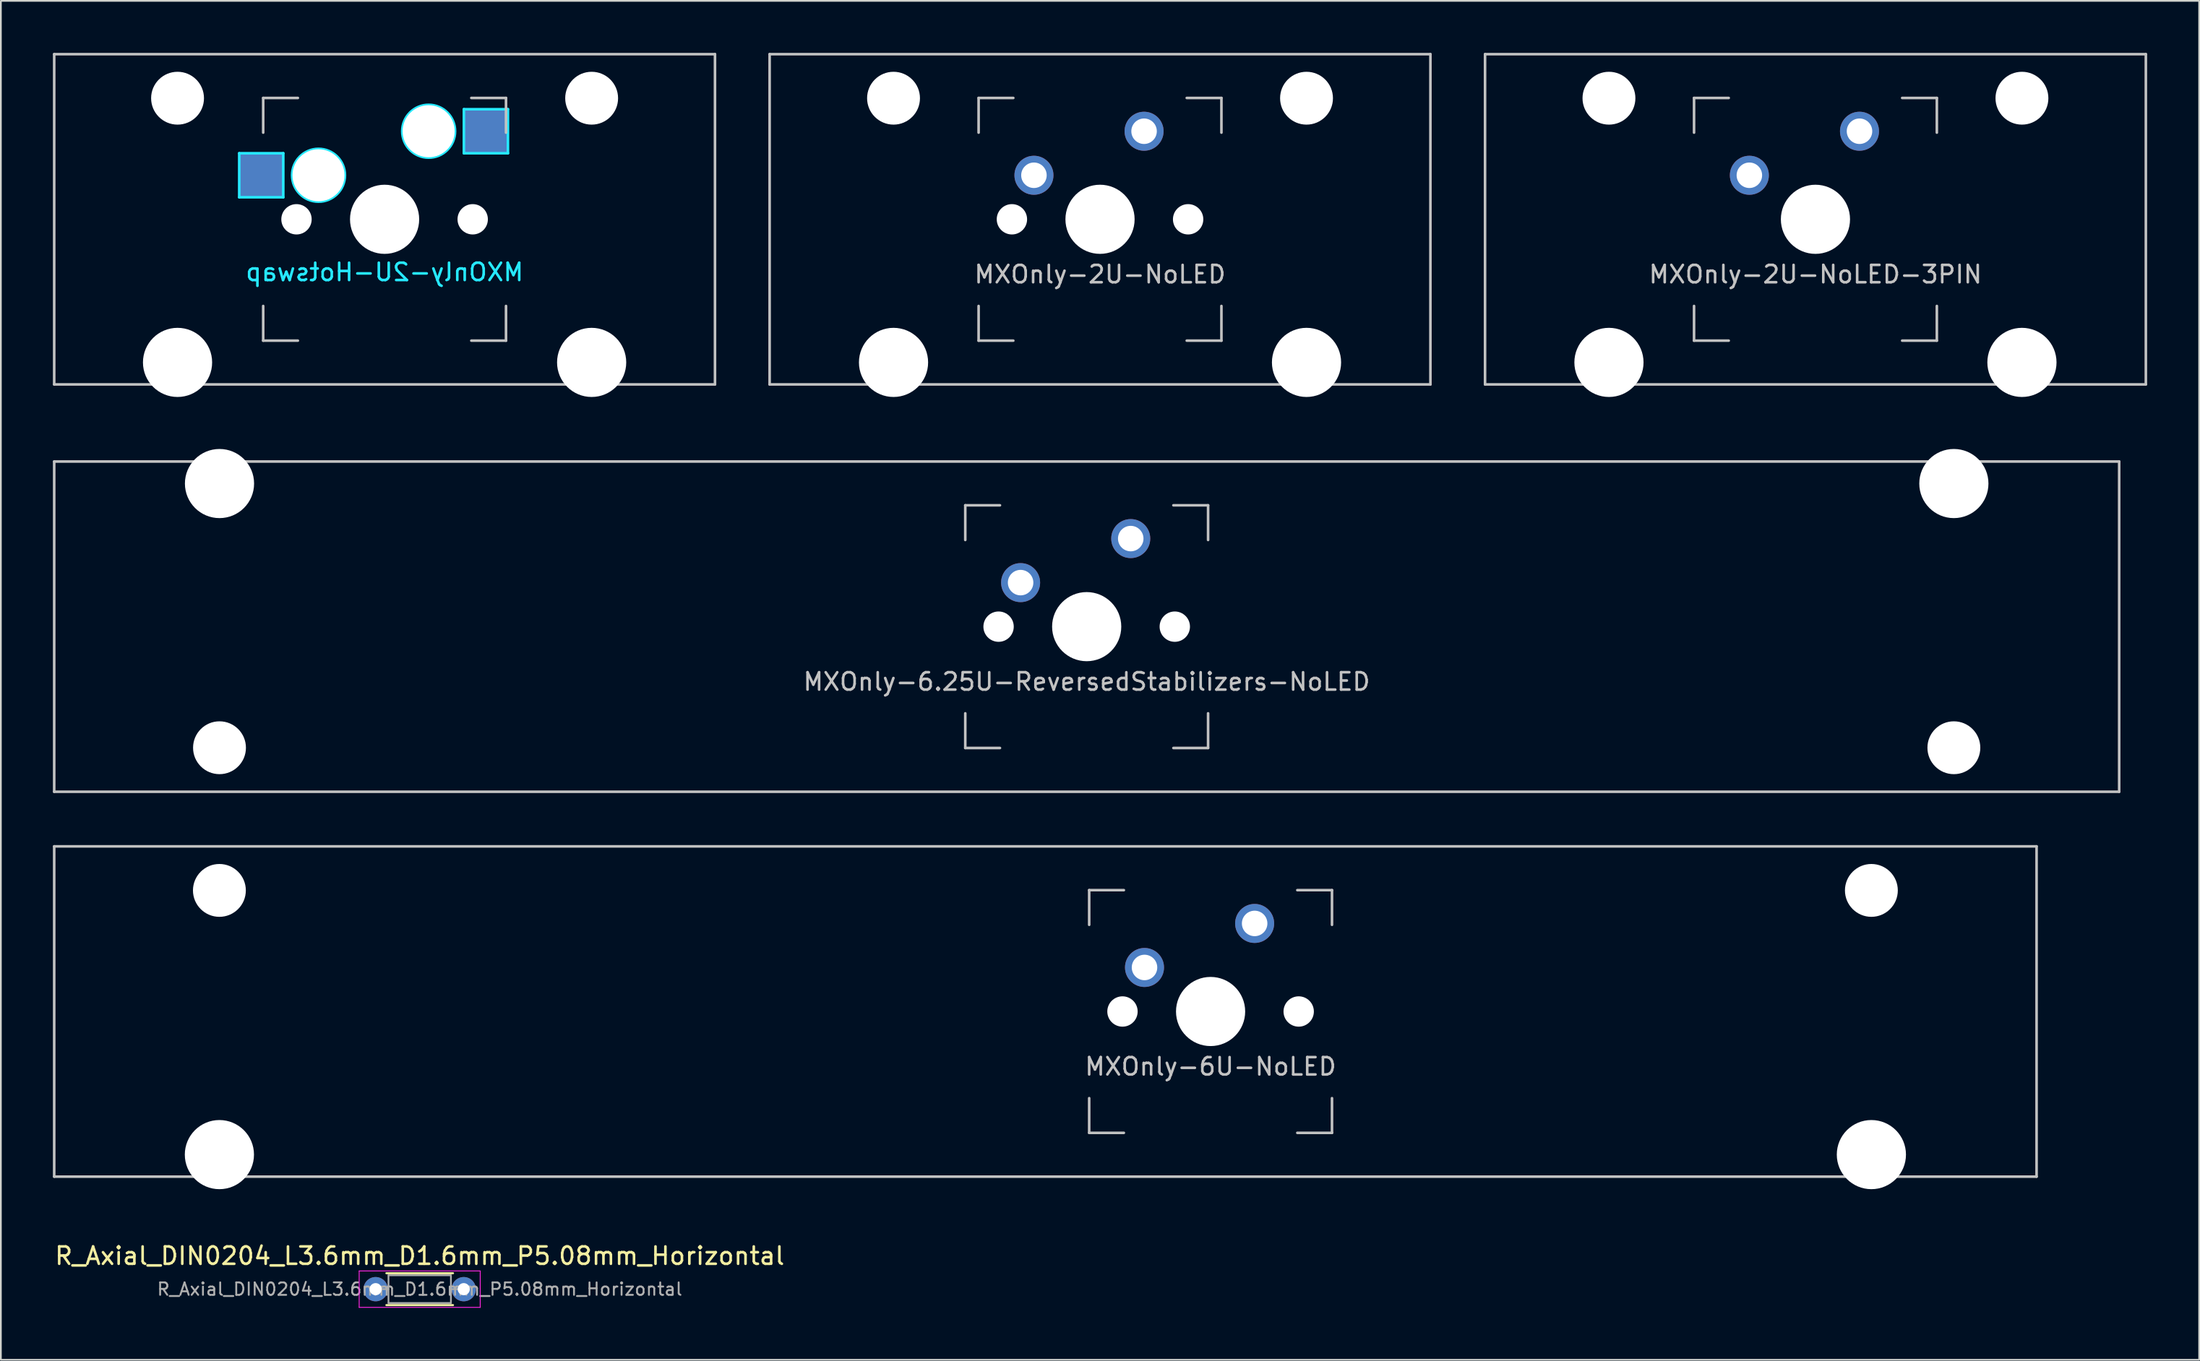
<source format=kicad_pcb>
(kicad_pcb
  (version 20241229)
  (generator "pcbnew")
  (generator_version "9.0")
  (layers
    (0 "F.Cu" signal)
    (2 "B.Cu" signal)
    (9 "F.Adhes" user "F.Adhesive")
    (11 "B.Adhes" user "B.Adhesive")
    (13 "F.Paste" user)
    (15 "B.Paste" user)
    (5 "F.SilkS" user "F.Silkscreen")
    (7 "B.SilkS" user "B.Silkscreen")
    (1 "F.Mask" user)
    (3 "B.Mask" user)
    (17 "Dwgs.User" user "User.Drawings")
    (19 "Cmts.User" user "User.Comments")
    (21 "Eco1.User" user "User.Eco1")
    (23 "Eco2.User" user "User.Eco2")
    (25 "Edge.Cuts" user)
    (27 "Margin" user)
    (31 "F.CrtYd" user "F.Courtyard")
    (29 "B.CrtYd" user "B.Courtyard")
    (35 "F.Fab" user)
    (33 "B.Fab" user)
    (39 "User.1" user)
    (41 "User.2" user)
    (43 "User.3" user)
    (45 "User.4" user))
  (footprint "MXOnly-2U-NoLED-3PIN"
    (layer "F.Cu")
    (at 101.625 9.6)
    (property "Reference" "MXOnly-2U-NoLED-3PIN" (at 0 3.175 0) (layer "Dwgs.User") (effects (font (size 1 1) (thickness 0.15))))
    (attr through_hole)
    (fp_line (start -19.05 -9.525) (end 19.05 -9.525) (stroke (width 0.15) (type solid)) (layer "Dwgs.User"))
    (fp_line (start -19.05 9.525) (end -19.05 -9.525) (stroke (width 0.15) (type solid)) (layer "Dwgs.User"))
    (fp_line (start -19.05 9.525) (end 19.05 9.525) (stroke (width 0.15) (type solid)) (layer "Dwgs.User"))
    (fp_line (start -7 -7) (end -7 -5) (stroke (width 0.15) (type solid)) (layer "Dwgs.User"))
    (fp_line (start -7 5) (end -7 7) (stroke (width 0.15) (type solid)) (layer "Dwgs.User"))
    (fp_line (start -7 7) (end -5 7) (stroke (width 0.15) (type solid)) (layer "Dwgs.User"))
    (fp_line (start -5 -7) (end -7 -7) (stroke (width 0.15) (type solid)) (layer "Dwgs.User"))
    (fp_line (start 5 -7) (end 7 -7) (stroke (width 0.15) (type solid)) (layer "Dwgs.User"))
    (fp_line (start 5 7) (end 7 7) (stroke (width 0.15) (type solid)) (layer "Dwgs.User"))
    (fp_line (start 7 -7) (end 7 -5) (stroke (width 0.15) (type solid)) (layer "Dwgs.User"))
    (fp_line (start 7 7) (end 7 5) (stroke (width 0.15) (type solid)) (layer "Dwgs.User"))
    (fp_line (start 19.05 -9.525) (end 19.05 9.525) (stroke (width 0.15) (type solid)) (layer "Dwgs.User"))
    (pad "" np_thru_hole circle (at -11.906 -6.985) (size 3.048 3.048) (drill 3.048) (layers "*.Cu" "*.Mask"))
    (pad "" np_thru_hole circle (at -11.906 8.255) (size 3.988 3.988) (drill 3.988) (layers "*.Cu" "*.Mask"))
    (pad "" np_thru_hole circle (at 0 0) (size 3.988 3.988) (drill 3.988) (layers "*.Cu" "*.Mask"))
    (pad "" np_thru_hole circle (at 11.906 -6.985) (size 3.048 3.048) (drill 3.048) (layers "*.Cu" "*.Mask"))
    (pad "" np_thru_hole circle (at 11.906 8.255) (size 3.988 3.988) (drill 3.988) (layers "*.Cu" "*.Mask"))
    (pad "1" thru_hole circle (at -3.81 -2.54) (size 2.25 2.25) (drill 1.47) (layers "*.Cu" "*.Mask"))
    (pad "2" thru_hole circle (at 2.54 -5.08) (size 2.25 2.25) (drill 1.47) (layers "*.Cu" "*.Mask")))
  (footprint "MXOnly-6U-NoLED"
    (layer "F.Cu")
    (at 57.225 55.298)
    (property "Reference" "MXOnly-6U-NoLED" (at 9.525 3.175 0) (layer "Dwgs.User") (effects (font (size 1 1) (thickness 0.15))))
    (attr through_hole)
    (fp_line (start -57.15 -9.525) (end 57.15 -9.525) (stroke (width 0.15) (type solid)) (layer "Dwgs.User"))
    (fp_line (start -57.15 9.525) (end -57.15 -9.525) (stroke (width 0.15) (type solid)) (layer "Dwgs.User"))
    (fp_line (start -57.15 9.525) (end 57.15 9.525) (stroke (width 0.15) (type solid)) (layer "Dwgs.User"))
    (fp_line (start 2.525 -7) (end 2.525 -5) (stroke (width 0.15) (type solid)) (layer "Dwgs.User"))
    (fp_line (start 2.525 5) (end 2.525 7) (stroke (width 0.15) (type solid)) (layer "Dwgs.User"))
    (fp_line (start 2.525 7) (end 4.525 7) (stroke (width 0.15) (type solid)) (layer "Dwgs.User"))
    (fp_line (start 4.525 -7) (end 2.525 -7) (stroke (width 0.15) (type solid)) (layer "Dwgs.User"))
    (fp_line (start 14.525 -7) (end 16.525 -7) (stroke (width 0.15) (type solid)) (layer "Dwgs.User"))
    (fp_line (start 14.525 7) (end 16.525 7) (stroke (width 0.15) (type solid)) (layer "Dwgs.User"))
    (fp_line (start 16.525 -7) (end 16.525 -5) (stroke (width 0.15) (type solid)) (layer "Dwgs.User"))
    (fp_line (start 16.525 7) (end 16.525 5) (stroke (width 0.15) (type solid)) (layer "Dwgs.User"))
    (fp_line (start 57.15 -9.525) (end 57.15 9.525) (stroke (width 0.15) (type solid)) (layer "Dwgs.User"))
    (pad "" np_thru_hole circle (at -47.625 -6.985) (size 3.048 3.048) (drill 3.048) (layers "*.Cu" "*.Mask"))
    (pad "" np_thru_hole circle (at -47.625 8.255) (size 3.988 3.988) (drill 3.988) (layers "*.Cu" "*.Mask"))
    (pad "" np_thru_hole circle (at 4.445 0 48.1) (size 1.75 1.75) (drill 1.75) (layers "*.Cu" "*.Mask"))
    (pad "" np_thru_hole circle (at 9.525 0) (size 3.988 3.988) (drill 3.988) (layers "*.Cu" "*.Mask"))
    (pad "" np_thru_hole circle (at 14.605 0 48.1) (size 1.75 1.75) (drill 1.75) (layers "*.Cu" "*.Mask"))
    (pad "" np_thru_hole circle (at 47.625 -6.985) (size 3.048 3.048) (drill 3.048) (layers "*.Cu" "*.Mask"))
    (pad "" np_thru_hole circle (at 47.625 8.255) (size 3.988 3.988) (drill 3.988) (layers "*.Cu" "*.Mask"))
    (pad "1" thru_hole circle (at 5.715 -2.54) (size 2.25 2.25) (drill 1.47) (layers "*.Cu" "B.Mask"))
    (pad "2" thru_hole circle (at 12.065 -5.08) (size 2.25 2.25) (drill 1.47) (layers "*.Cu" "B.Mask")))
  (footprint "MXOnly-2U-NoLED"
    (layer "F.Cu")
    (at 60.375 9.6)
    (property "Reference" "MXOnly-2U-NoLED" (at 0 3.175 0) (layer "Dwgs.User") (effects (font (size 1 1) (thickness 0.15))))
    (attr through_hole)
    (fp_line (start -19.05 -9.525) (end 19.05 -9.525) (stroke (width 0.15) (type solid)) (layer "Dwgs.User"))
    (fp_line (start -19.05 9.525) (end -19.05 -9.525) (stroke (width 0.15) (type solid)) (layer "Dwgs.User"))
    (fp_line (start -19.05 9.525) (end 19.05 9.525) (stroke (width 0.15) (type solid)) (layer "Dwgs.User"))
    (fp_line (start -7 -7) (end -7 -5) (stroke (width 0.15) (type solid)) (layer "Dwgs.User"))
    (fp_line (start -7 5) (end -7 7) (stroke (width 0.15) (type solid)) (layer "Dwgs.User"))
    (fp_line (start -7 7) (end -5 7) (stroke (width 0.15) (type solid)) (layer "Dwgs.User"))
    (fp_line (start -5 -7) (end -7 -7) (stroke (width 0.15) (type solid)) (layer "Dwgs.User"))
    (fp_line (start 5 -7) (end 7 -7) (stroke (width 0.15) (type solid)) (layer "Dwgs.User"))
    (fp_line (start 5 7) (end 7 7) (stroke (width 0.15) (type solid)) (layer "Dwgs.User"))
    (fp_line (start 7 -7) (end 7 -5) (stroke (width 0.15) (type solid)) (layer "Dwgs.User"))
    (fp_line (start 7 7) (end 7 5) (stroke (width 0.15) (type solid)) (layer "Dwgs.User"))
    (fp_line (start 19.05 -9.525) (end 19.05 9.525) (stroke (width 0.15) (type solid)) (layer "Dwgs.User"))
    (pad "" np_thru_hole circle (at -11.906 -6.985) (size 3.048 3.048) (drill 3.048) (layers "*.Cu" "*.Mask"))
    (pad "" np_thru_hole circle (at -11.906 8.255) (size 3.988 3.988) (drill 3.988) (layers "*.Cu" "*.Mask"))
    (pad "" np_thru_hole circle (at -5.08 0 48.1) (size 1.75 1.75) (drill 1.75) (layers "*.Cu" "*.Mask"))
    (pad "" np_thru_hole circle (at 0 0) (size 3.988 3.988) (drill 3.988) (layers "*.Cu" "*.Mask"))
    (pad "" np_thru_hole circle (at 5.08 0 48.1) (size 1.75 1.75) (drill 1.75) (layers "*.Cu" "*.Mask"))
    (pad "" np_thru_hole circle (at 11.906 -6.985) (size 3.048 3.048) (drill 3.048) (layers "*.Cu" "*.Mask"))
    (pad "" np_thru_hole circle (at 11.906 8.255) (size 3.988 3.988) (drill 3.988) (layers "*.Cu" "*.Mask"))
    (pad "1" thru_hole circle (at -3.81 -2.54) (size 2.25 2.25) (drill 1.47) (layers "*.Cu" "*.Mask"))
    (pad "2" thru_hole circle (at 2.54 -5.08) (size 2.25 2.25) (drill 1.47) (layers "*.Cu" "*.Mask")))
  (footprint "MXOnly-6.25U-ReversedStabilizers-NoLED"
    (layer "F.Cu")
    (at 59.606 33.098)
    (property "Reference" "MXOnly-6.25U-ReversedStabilizers-NoLED" (at 0 3.175 0) (layer "Dwgs.User") (effects (font (size 1 1) (thickness 0.15))))
    (attr through_hole)
    (fp_line (start -59.531 -9.525) (end 59.531 -9.525) (stroke (width 0.15) (type solid)) (layer "Dwgs.User"))
    (fp_line (start -59.531 9.525) (end -59.531 -9.525) (stroke (width 0.15) (type solid)) (layer "Dwgs.User"))
    (fp_line (start -59.531 9.525) (end 59.531 9.525) (stroke (width 0.15) (type solid)) (layer "Dwgs.User"))
    (fp_line (start -7 -7) (end -7 -5) (stroke (width 0.15) (type solid)) (layer "Dwgs.User"))
    (fp_line (start -7 5) (end -7 7) (stroke (width 0.15) (type solid)) (layer "Dwgs.User"))
    (fp_line (start -7 7) (end -5 7) (stroke (width 0.15) (type solid)) (layer "Dwgs.User"))
    (fp_line (start -5 -7) (end -7 -7) (stroke (width 0.15) (type solid)) (layer "Dwgs.User"))
    (fp_line (start 5 -7) (end 7 -7) (stroke (width 0.15) (type solid)) (layer "Dwgs.User"))
    (fp_line (start 5 7) (end 7 7) (stroke (width 0.15) (type solid)) (layer "Dwgs.User"))
    (fp_line (start 7 -7) (end 7 -5) (stroke (width 0.15) (type solid)) (layer "Dwgs.User"))
    (fp_line (start 7 7) (end 7 5) (stroke (width 0.15) (type solid)) (layer "Dwgs.User"))
    (fp_line (start 59.531 -9.525) (end 59.531 9.525) (stroke (width 0.15) (type solid)) (layer "Dwgs.User"))
    (pad "" np_thru_hole circle (at -50 -8.255) (size 3.988 3.988) (drill 3.988) (layers "*.Cu" "*.Mask"))
    (pad "" np_thru_hole circle (at -50 6.985) (size 3.048 3.048) (drill 3.048) (layers "*.Cu" "*.Mask"))
    (pad "" np_thru_hole circle (at -5.08 0 48.1) (size 1.75 1.75) (drill 1.75) (layers "*.Cu" "*.Mask"))
    (pad "" np_thru_hole circle (at 0 0) (size 3.988 3.988) (drill 3.988) (layers "*.Cu" "*.Mask"))
    (pad "" np_thru_hole circle (at 5.08 0 48.1) (size 1.75 1.75) (drill 1.75) (layers "*.Cu" "*.Mask"))
    (pad "" np_thru_hole circle (at 50 -8.255) (size 3.988 3.988) (drill 3.988) (layers "*.Cu" "*.Mask"))
    (pad "" np_thru_hole circle (at 50 6.985) (size 3.048 3.048) (drill 3.048) (layers "*.Cu" "*.Mask"))
    (pad "1" thru_hole circle (at -3.81 -2.54) (size 2.25 2.25) (drill 1.47) (layers "*.Cu" "*.Mask"))
    (pad "2" thru_hole circle (at 2.54 -5.08) (size 2.25 2.25) (drill 1.47) (layers "*.Cu" "*.Mask")))
  (footprint "R_Axial_DIN0204_L3.6mm_D1.6mm_P5.08mm_Horizontal"
    (layer "F.Cu")
    (at 18.609 71.315)
    (property "Reference" "R_Axial_DIN0204_L3.6mm_D1.6mm_P5.08mm_Horizontal" (at 2.54 -1.92 0) (layer "F.SilkS") (effects (font (size 1 1) (thickness 0.15))))
    (attr through_hole)
    (fp_line (start 0.62 -0.92) (end 4.46 -0.92) (stroke (width 0.12) (type solid)) (layer "F.SilkS"))
    (fp_line (start 0.62 0.92) (end 4.46 0.92) (stroke (width 0.12) (type solid)) (layer "F.SilkS"))
    (fp_line (start -0.95 -1.05) (end -0.95 1.05) (stroke (width 0.05) (type solid)) (layer "F.CrtYd"))
    (fp_line (start -0.95 1.05) (end 6.03 1.05) (stroke (width 0.05) (type solid)) (layer "F.CrtYd"))
    (fp_line (start 6.03 -1.05) (end -0.95 -1.05) (stroke (width 0.05) (type solid)) (layer "F.CrtYd"))
    (fp_line (start 6.03 1.05) (end 6.03 -1.05) (stroke (width 0.05) (type solid)) (layer "F.CrtYd"))
    (fp_line (start 0 0) (end 0.74 0) (stroke (width 0.1) (type solid)) (layer "F.Fab"))
    (fp_line (start 0.74 -0.8) (end 0.74 0.8) (stroke (width 0.1) (type solid)) (layer "F.Fab"))
    (fp_line (start 0.74 0.8) (end 4.34 0.8) (stroke (width 0.1) (type solid)) (layer "F.Fab"))
    (fp_line (start 4.34 -0.8) (end 0.74 -0.8) (stroke (width 0.1) (type solid)) (layer "F.Fab"))
    (fp_line (start 4.34 0.8) (end 4.34 -0.8) (stroke (width 0.1) (type solid)) (layer "F.Fab"))
    (fp_line (start 5.08 0) (end 4.34 0) (stroke (width 0.1) (type solid)) (layer "F.Fab"))
    (fp_text user "${REFERENCE}" (at 2.54 0 0) (layer "F.Fab") (effects (font (size 0.72 0.72) (thickness 0.108))))
    (pad "1" thru_hole circle (at 0 0) (size 1.4 1.4) (drill 0.7) (layers "*.Cu" "*.Mask"))
    (pad "2" thru_hole oval (at 5.08 0) (size 1.4 1.4) (drill 0.7) (layers "*.Cu" "*.Mask")))
  (footprint "MXOnly-2U-Hotswap"
    (layer "F.Cu")
    (at 19.125 9.6)
    (property "Reference" "MXOnly-2U-Hotswap" (at 0 3.048 0) (layer "B.CrtYd") (effects (font (size 1 1) (thickness 0.15)) (justify mirror)))
    (attr smd)
    (fp_line (start -19.05 -9.525) (end 19.05 -9.525) (stroke (width 0.15) (type solid)) (layer "Dwgs.User"))
    (fp_line (start -19.05 9.525) (end -19.05 -9.525) (stroke (width 0.15) (type solid)) (layer "Dwgs.User"))
    (fp_line (start -7 -7) (end -7 -5) (stroke (width 0.15) (type solid)) (layer "Dwgs.User"))
    (fp_line (start -7 5) (end -7 7) (stroke (width 0.15) (type solid)) (layer "Dwgs.User"))
    (fp_line (start -7 7) (end -5 7) (stroke (width 0.15) (type solid)) (layer "Dwgs.User"))
    (fp_line (start -5 -7) (end -7 -7) (stroke (width 0.15) (type solid)) (layer "Dwgs.User"))
    (fp_line (start 5 -7) (end 7 -7) (stroke (width 0.15) (type solid)) (layer "Dwgs.User"))
    (fp_line (start 5 7) (end 7 7) (stroke (width 0.15) (type solid)) (layer "Dwgs.User"))
    (fp_line (start 7 -7) (end 7 -5) (stroke (width 0.15) (type solid)) (layer "Dwgs.User"))
    (fp_line (start 7 7) (end 7 5) (stroke (width 0.15) (type solid)) (layer "Dwgs.User"))
    (fp_line (start 19.05 -9.525) (end 19.05 9.525) (stroke (width 0.15) (type solid)) (layer "Dwgs.User"))
    (fp_line (start 19.05 9.525) (end -19.05 9.525) (stroke (width 0.15) (type solid)) (layer "Dwgs.User"))
    (fp_line (start -8.382 -3.81) (end -5.842 -3.81) (stroke (width 0.15) (type solid)) (layer "B.CrtYd"))
    (fp_line (start -8.382 -1.27) (end -8.382 -3.81) (stroke (width 0.15) (type solid)) (layer "B.CrtYd"))
    (fp_line (start -5.842 -3.81) (end -5.842 -1.27) (stroke (width 0.15) (type solid)) (layer "B.CrtYd"))
    (fp_line (start -5.842 -1.27) (end -8.382 -1.27) (stroke (width 0.15) (type solid)) (layer "B.CrtYd"))
    (fp_line (start 4.572 -6.35) (end 7.112 -6.35) (stroke (width 0.15) (type solid)) (layer "B.CrtYd"))
    (fp_line (start 4.572 -3.81) (end 4.572 -6.35) (stroke (width 0.15) (type solid)) (layer "B.CrtYd"))
    (fp_line (start 7.112 -6.35) (end 7.112 -3.81) (stroke (width 0.15) (type solid)) (layer "B.CrtYd"))
    (fp_line (start 7.112 -3.81) (end 4.572 -3.81) (stroke (width 0.15) (type solid)) (layer "B.CrtYd"))
    (fp_circle (center -3.81 -2.54) (end -3.81 -4.064) (stroke (width 0.15) (type solid)) (fill no) (layer "B.CrtYd"))
    (fp_circle (center 2.54 -5.08) (end 2.54 -6.604) (stroke (width 0.15) (type solid)) (fill no) (layer "B.CrtYd"))
    (pad "" np_thru_hole circle (at -11.938 -6.985) (size 3.048 3.048) (drill 3.048) (layers "*.Cu" "*.Mask"))
    (pad "" np_thru_hole circle (at -11.938 8.255) (size 3.988 3.988) (drill 3.988) (layers "*.Cu" "*.Mask"))
    (pad "" np_thru_hole circle (at -5.08 0 48.1) (size 1.75 1.75) (drill 1.75) (layers "*.Cu" "*.Mask"))
    (pad "" np_thru_hole circle (at -3.81 -2.54) (size 3 3) (drill 3) (layers "*.Cu" "*.Mask"))
    (pad "" np_thru_hole circle (at 0 0) (size 3.988 3.988) (drill 3.988) (layers "*.Cu" "*.Mask"))
    (pad "" np_thru_hole circle (at 2.54 -5.08) (size 3 3) (drill 3) (layers "*.Cu" "*.Mask"))
    (pad "" np_thru_hole circle (at 5.08 0 48.1) (size 1.75 1.75) (drill 1.75) (layers "*.Cu" "*.Mask"))
    (pad "" np_thru_hole circle (at 11.938 -6.985) (size 3.048 3.048) (drill 3.048) (layers "*.Cu" "*.Mask"))
    (pad "" np_thru_hole circle (at 11.938 8.255) (size 3.988 3.988) (drill 3.988) (layers "*.Cu" "*.Mask"))
    (pad "1" smd rect (at -7.085 -2.54) (size 2.55 2.5) (layers "B.Cu" "B.Mask" "B.Paste"))
    (pad "2" smd rect (at 5.842 -5.08) (size 2.55 2.5) (layers "B.Cu" "B.Mask" "B.Paste")))
  (gr_rect
    (start -3 -3)
    (end 123.75 75.39)
    (stroke (width 0.1) (type default))
    (fill no)
    (layer "Edge.Cuts")))
</source>
